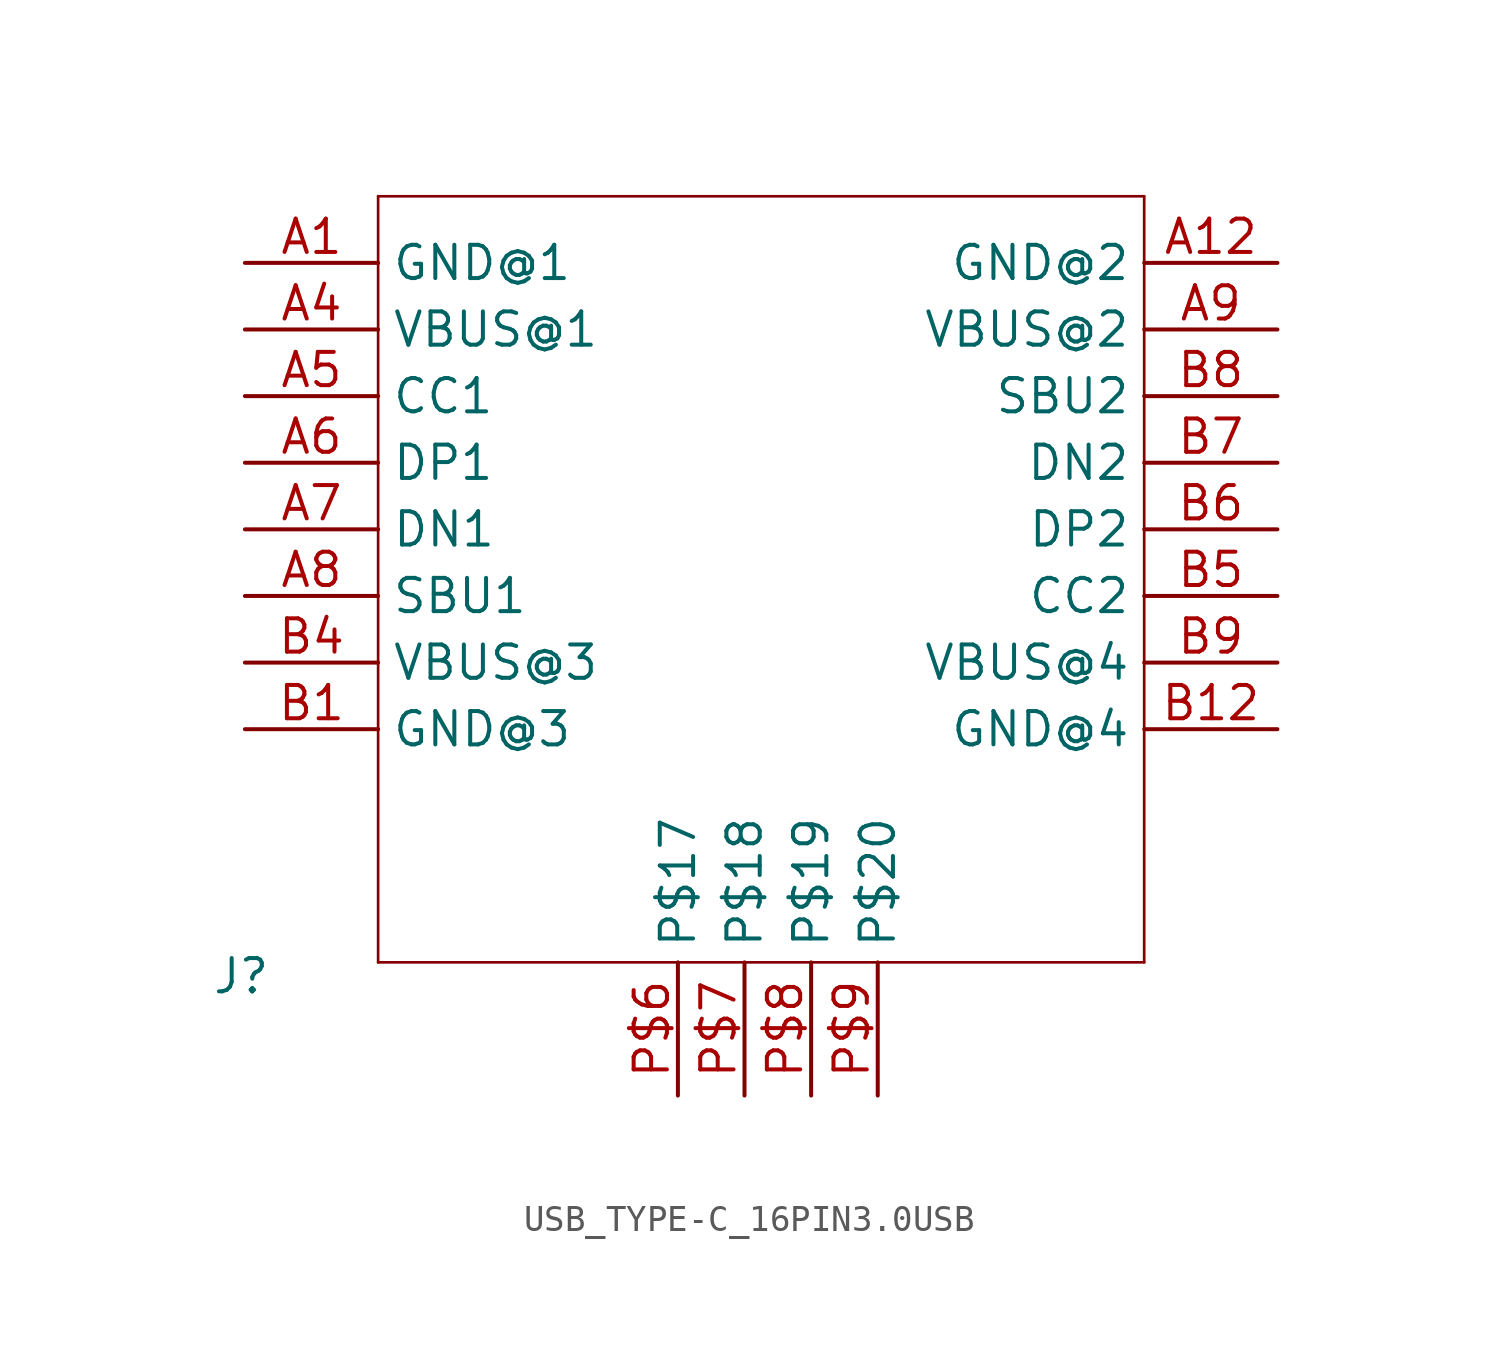
<source format=kicad_sym>
(kicad_symbol_lib
  (version 20231120)
  (generator "kicad_symbol_editor")
  (generator_version "8.0")
  (symbol "USB_TYPE-C_16PIN3.0USB"
    (property "Reference" "J"
      (at -21.59 -17.78 0)
      (effects (font (size 1.27 1.27)) (justify left bottom)))
    (property "Value" ""
      (at -21.59 -20.32 0)
      (effects (font (size 1.27 1.27)) (justify left bottom)))
    (property "ki_locked" ""
      (at 0 0 0)
      (effects (font (size 1.27 1.27))))
    (symbol "USB_TYPE-C_16PIN3.0USB_1_0"
      (polyline (pts (xy -15.24 -16.51) (xy -15.24 12.7)) (stroke (width 0.102) (type solid)) (fill (type none)))
      (polyline (pts (xy -15.24 12.7) (xy 13.97 12.7)) (stroke (width 0.102) (type solid)) (fill (type none)))
      (polyline (pts (xy 13.97 -16.51) (xy -15.24 -16.51)) (stroke (width 0.102) (type solid)) (fill (type none)))
      (polyline (pts (xy 13.97 12.7) (xy 13.97 -16.51)) (stroke (width 0.102) (type solid)) (fill (type none)))
      (pin bidirectional line (at -20.32 10.16 0) (length 5.08) (name "GND@1" (effects (font (size 1.27 1.27)))) (number "A1" (effects (font (size 1.27 1.27)))))
      (pin bidirectional line (at 19.05 10.16 180) (length 5.08) (name "GND@2" (effects (font (size 1.27 1.27)))) (number "A12" (effects (font (size 1.27 1.27)))))
      (pin bidirectional line (at -20.32 7.62 0) (length 5.08) (name "VBUS@1" (effects (font (size 1.27 1.27)))) (number "A4" (effects (font (size 1.27 1.27)))))
      (pin bidirectional line (at -20.32 5.08 0) (length 5.08) (name "CC1" (effects (font (size 1.27 1.27)))) (number "A5" (effects (font (size 1.27 1.27)))))
      (pin bidirectional line (at -20.32 2.54 0) (length 5.08) (name "DP1" (effects (font (size 1.27 1.27)))) (number "A6" (effects (font (size 1.27 1.27)))))
      (pin bidirectional line (at -20.32 0 0) (length 5.08) (name "DN1" (effects (font (size 1.27 1.27)))) (number "A7" (effects (font (size 1.27 1.27)))))
      (pin bidirectional line (at -20.32 -2.54 0) (length 5.08) (name "SBU1" (effects (font (size 1.27 1.27)))) (number "A8" (effects (font (size 1.27 1.27)))))
      (pin bidirectional line (at 19.05 7.62 180) (length 5.08) (name "VBUS@2" (effects (font (size 1.27 1.27)))) (number "A9" (effects (font (size 1.27 1.27)))))
      (pin bidirectional line (at -20.32 -7.62 0) (length 5.08) (name "GND@3" (effects (font (size 1.27 1.27)))) (number "B1" (effects (font (size 1.27 1.27)))))
      (pin bidirectional line (at 19.05 -7.62 180) (length 5.08) (name "GND@4" (effects (font (size 1.27 1.27)))) (number "B12" (effects (font (size 1.27 1.27)))))
      (pin bidirectional line (at -20.32 -5.08 0) (length 5.08) (name "VBUS@3" (effects (font (size 1.27 1.27)))) (number "B4" (effects (font (size 1.27 1.27)))))
      (pin bidirectional line (at 19.05 -2.54 180) (length 5.08) (name "CC2" (effects (font (size 1.27 1.27)))) (number "B5" (effects (font (size 1.27 1.27)))))
      (pin bidirectional line (at 19.05 0 180) (length 5.08) (name "DP2" (effects (font (size 1.27 1.27)))) (number "B6" (effects (font (size 1.27 1.27)))))
      (pin bidirectional line (at 19.05 2.54 180) (length 5.08) (name "DN2" (effects (font (size 1.27 1.27)))) (number "B7" (effects (font (size 1.27 1.27)))))
      (pin bidirectional line (at 19.05 5.08 180) (length 5.08) (name "SBU2" (effects (font (size 1.27 1.27)))) (number "B8" (effects (font (size 1.27 1.27)))))
      (pin bidirectional line (at 19.05 -5.08 180) (length 5.08) (name "VBUS@4" (effects (font (size 1.27 1.27)))) (number "B9" (effects (font (size 1.27 1.27)))))
      (pin bidirectional line (at -3.81 -21.59 90) (length 5.08) (name "P$17" (effects (font (size 1.27 1.27)))) (number "P$6" (effects (font (size 1.27 1.27)))))
      (pin bidirectional line (at -1.27 -21.59 90) (length 5.08) (name "P$18" (effects (font (size 1.27 1.27)))) (number "P$7" (effects (font (size 1.27 1.27)))))
      (pin bidirectional line (at 1.27 -21.59 90) (length 5.08) (name "P$19" (effects (font (size 1.27 1.27)))) (number "P$8" (effects (font (size 1.27 1.27)))))
      (pin bidirectional line (at 3.81 -21.59 90) (length 5.08) (name "P$20" (effects (font (size 1.27 1.27)))) (number "P$9" (effects (font (size 1.27 1.27))))))))
</source>
